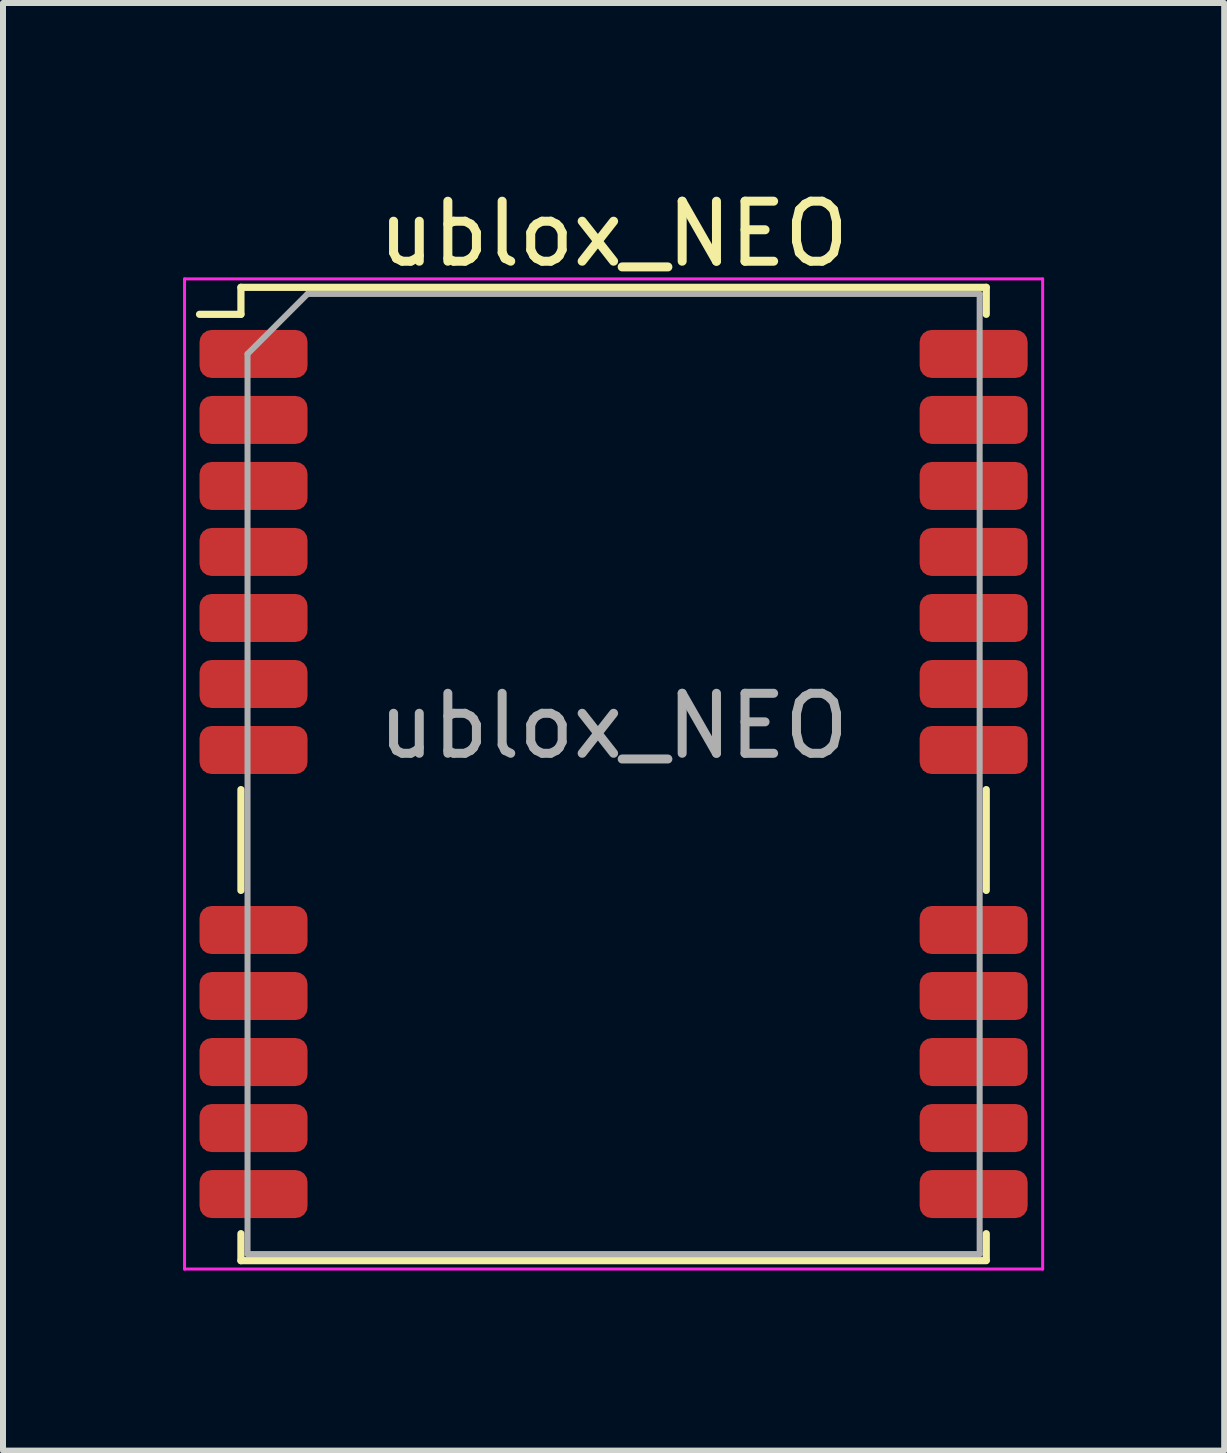
<source format=kicad_pcb>
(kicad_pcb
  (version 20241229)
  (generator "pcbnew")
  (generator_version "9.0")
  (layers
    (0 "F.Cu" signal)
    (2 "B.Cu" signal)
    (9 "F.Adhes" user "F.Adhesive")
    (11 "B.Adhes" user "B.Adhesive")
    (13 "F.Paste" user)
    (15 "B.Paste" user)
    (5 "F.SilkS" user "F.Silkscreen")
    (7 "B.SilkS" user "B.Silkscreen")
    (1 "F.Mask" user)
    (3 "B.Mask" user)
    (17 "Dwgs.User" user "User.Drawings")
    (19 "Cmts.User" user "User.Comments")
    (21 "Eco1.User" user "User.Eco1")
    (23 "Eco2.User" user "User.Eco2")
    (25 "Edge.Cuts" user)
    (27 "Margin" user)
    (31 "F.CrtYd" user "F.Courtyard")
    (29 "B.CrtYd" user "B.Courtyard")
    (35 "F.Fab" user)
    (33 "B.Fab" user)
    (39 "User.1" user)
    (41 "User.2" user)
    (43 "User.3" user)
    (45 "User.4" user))
  (footprint "ublox_NEO"
    (layer "F.Cu")
    (at 7.175 9.848)
    (property "Reference" "ublox_NEO" (at 0 -9 0) (layer "F.SilkS") (effects (font (size 1 1) (thickness 0.15))))
    (attr smd)
    (fp_line (start -6.9 -7.66) (end -6.21 -7.66) (stroke (width 0.12) (type solid)) (layer "F.SilkS"))
    (fp_line (start -6.21 -8.11) (end -6.21 -7.66) (stroke (width 0.12) (type solid)) (layer "F.SilkS"))
    (fp_line (start -6.21 -8.11) (end 6.21 -8.11) (stroke (width 0.12) (type solid)) (layer "F.SilkS"))
    (fp_line (start -6.21 0.26) (end -6.21 1.94) (stroke (width 0.12) (type solid)) (layer "F.SilkS"))
    (fp_line (start -6.21 7.66) (end -6.21 8.11) (stroke (width 0.12) (type solid)) (layer "F.SilkS"))
    (fp_line (start -6.21 8.11) (end 6.21 8.11) (stroke (width 0.12) (type solid)) (layer "F.SilkS"))
    (fp_line (start 6.21 -8.11) (end 6.21 -7.66) (stroke (width 0.12) (type solid)) (layer "F.SilkS"))
    (fp_line (start 6.21 0.26) (end 6.21 1.94) (stroke (width 0.12) (type solid)) (layer "F.SilkS"))
    (fp_line (start 6.21 7.66) (end 6.21 8.1) (stroke (width 0.12) (type solid)) (layer "F.SilkS"))
    (fp_line (start -7.15 -8.25) (end -7.15 8.25) (stroke (width 0.05) (type solid)) (layer "F.CrtYd"))
    (fp_line (start -7.15 -8.25) (end 7.15 -8.25) (stroke (width 0.05) (type solid)) (layer "F.CrtYd"))
    (fp_line (start -7.15 8.25) (end 7.15 8.25) (stroke (width 0.05) (type solid)) (layer "F.CrtYd"))
    (fp_line (start 7.15 -8.25) (end 7.15 8.25) (stroke (width 0.05) (type solid)) (layer "F.CrtYd"))
    (fp_line (start -6.1 -7) (end -6.1 8) (stroke (width 0.1) (type solid)) (layer "F.Fab"))
    (fp_line (start -6.1 8) (end 6.1 8) (stroke (width 0.1) (type solid)) (layer "F.Fab"))
    (fp_line (start -5.1 -8) (end -6.1 -7) (stroke (width 0.1) (type solid)) (layer "F.Fab"))
    (fp_line (start -5.1 -8) (end 6.1 -8) (stroke (width 0.1) (type solid)) (layer "F.Fab"))
    (fp_line (start 6.1 -8) (end 6.1 8) (stroke (width 0.1) (type solid)) (layer "F.Fab"))
    (fp_text user "${REFERENCE}" (at 0 -0.8 0) (layer "F.Fab") (effects (font (size 1 1) (thickness 0.15))))
    (pad "1" smd roundrect (at -6 -7) (size 1.8 0.8) (layers "F.Cu" "F.Mask" "F.Paste") (roundrect_rratio 0.25))
    (pad "2" smd roundrect (at -6 -5.9) (size 1.8 0.8) (layers "F.Cu" "F.Mask" "F.Paste") (roundrect_rratio 0.25))
    (pad "3" smd roundrect (at -6 -4.8) (size 1.8 0.8) (layers "F.Cu" "F.Mask" "F.Paste") (roundrect_rratio 0.25))
    (pad "4" smd roundrect (at -6 -3.7) (size 1.8 0.8) (layers "F.Cu" "F.Mask" "F.Paste") (roundrect_rratio 0.25))
    (pad "5" smd roundrect (at -6 -2.6) (size 1.8 0.8) (layers "F.Cu" "F.Mask" "F.Paste") (roundrect_rratio 0.25))
    (pad "6" smd roundrect (at -6 -1.5) (size 1.8 0.8) (layers "F.Cu" "F.Mask" "F.Paste") (roundrect_rratio 0.25))
    (pad "7" smd roundrect (at -6 -0.4) (size 1.8 0.8) (layers "F.Cu" "F.Mask" "F.Paste") (roundrect_rratio 0.25))
    (pad "8" smd roundrect (at -6 2.6) (size 1.8 0.8) (layers "F.Cu" "F.Mask" "F.Paste") (roundrect_rratio 0.25))
    (pad "9" smd roundrect (at -6 3.7) (size 1.8 0.8) (layers "F.Cu" "F.Mask" "F.Paste") (roundrect_rratio 0.25))
    (pad "10" smd roundrect (at -6 4.8) (size 1.8 0.8) (layers "F.Cu" "F.Mask" "F.Paste") (roundrect_rratio 0.25))
    (pad "11" smd roundrect (at -6 5.9) (size 1.8 0.8) (layers "F.Cu" "F.Mask" "F.Paste") (roundrect_rratio 0.25))
    (pad "12" smd roundrect (at -6 7) (size 1.8 0.8) (layers "F.Cu" "F.Mask" "F.Paste") (roundrect_rratio 0.25))
    (pad "13" smd roundrect (at 6 7) (size 1.8 0.8) (layers "F.Cu" "F.Mask" "F.Paste") (roundrect_rratio 0.25))
    (pad "14" smd roundrect (at 6 5.9) (size 1.8 0.8) (layers "F.Cu" "F.Mask" "F.Paste") (roundrect_rratio 0.25))
    (pad "15" smd roundrect (at 6 4.8) (size 1.8 0.8) (layers "F.Cu" "F.Mask" "F.Paste") (roundrect_rratio 0.25))
    (pad "16" smd roundrect (at 6 3.7) (size 1.8 0.8) (layers "F.Cu" "F.Mask" "F.Paste") (roundrect_rratio 0.25))
    (pad "17" smd roundrect (at 6 2.6) (size 1.8 0.8) (layers "F.Cu" "F.Mask" "F.Paste") (roundrect_rratio 0.25))
    (pad "18" smd roundrect (at 6 -0.4) (size 1.8 0.8) (layers "F.Cu" "F.Mask" "F.Paste") (roundrect_rratio 0.25))
    (pad "19" smd roundrect (at 6 -1.5) (size 1.8 0.8) (layers "F.Cu" "F.Mask" "F.Paste") (roundrect_rratio 0.25))
    (pad "20" smd roundrect (at 6 -2.6) (size 1.8 0.8) (layers "F.Cu" "F.Mask" "F.Paste") (roundrect_rratio 0.25))
    (pad "21" smd roundrect (at 6 -3.7) (size 1.8 0.8) (layers "F.Cu" "F.Mask" "F.Paste") (roundrect_rratio 0.25))
    (pad "22" smd roundrect (at 6 -4.8) (size 1.8 0.8) (layers "F.Cu" "F.Mask" "F.Paste") (roundrect_rratio 0.25))
    (pad "23" smd roundrect (at 6 -5.9) (size 1.8 0.8) (layers "F.Cu" "F.Mask" "F.Paste") (roundrect_rratio 0.25))
    (pad "24" smd roundrect (at 6 -7) (size 1.8 0.8) (layers "F.Cu" "F.Mask" "F.Paste") (roundrect_rratio 0.25)))
  (gr_rect
    (start -3 -3)
    (end 17.35 21.123)
    (stroke (width 0.1) (type default))
    (fill no)
    (layer "Edge.Cuts")))
</source>
